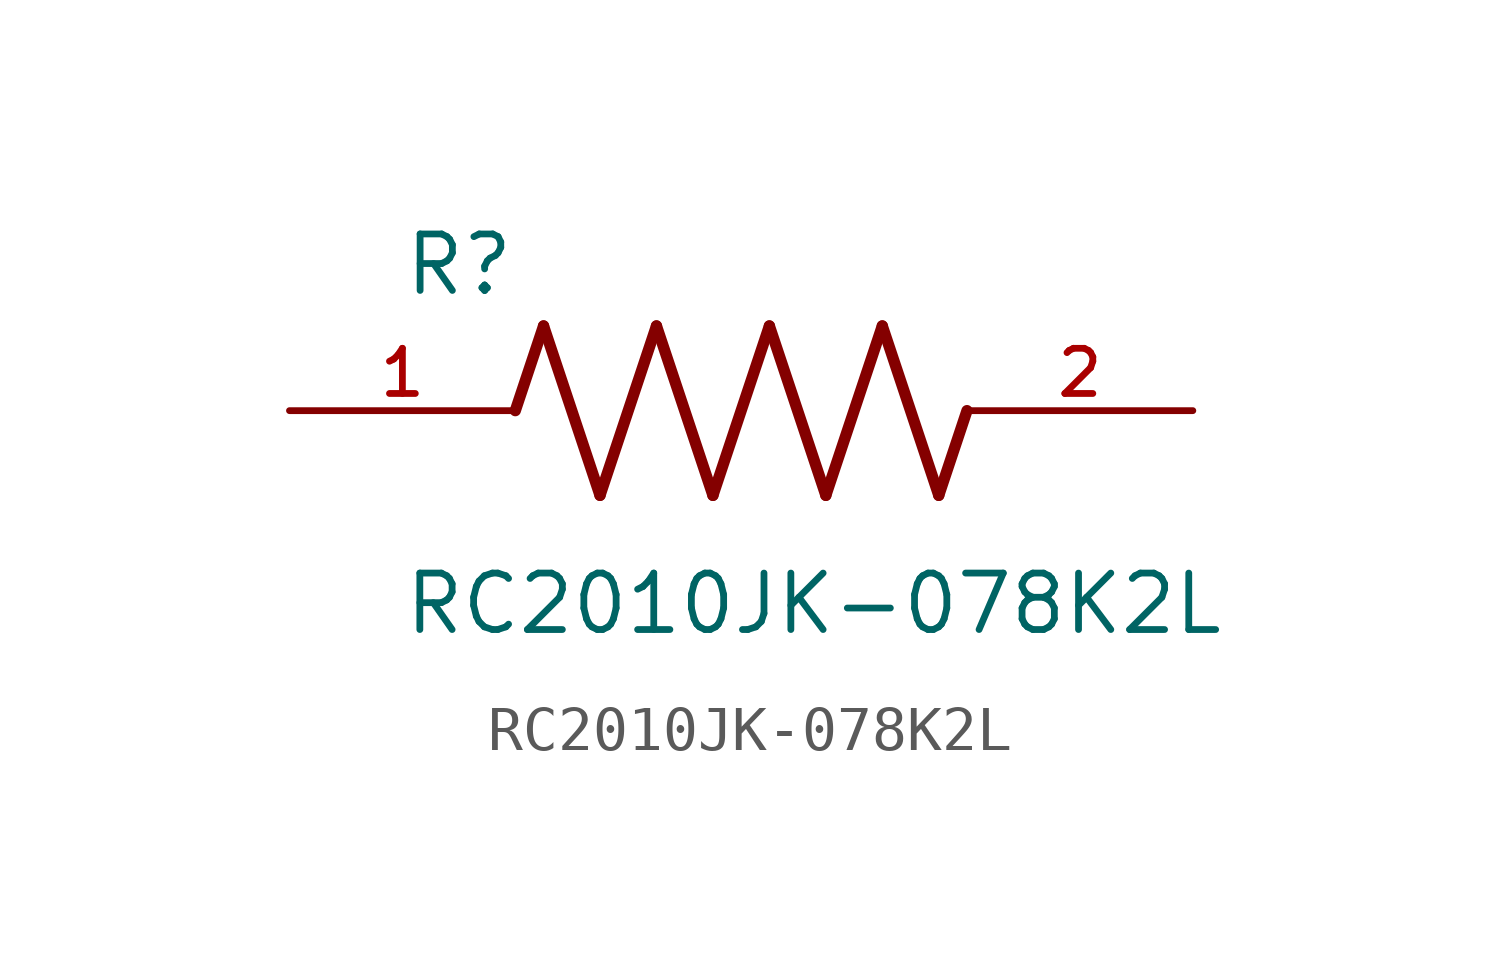
<source format=kicad_sym>
(kicad_symbol_lib
  (version 20211014)
  (generator kicad_symbol_editor)
  (symbol "RC2010JK-078K2L"
    (pin_names
      (offset 1.016))
    (property "Reference" "R"
      (at -7.624 2.541 0)
      (effects (font (size 1.27 1.27)) (justify bottom left)))
    (property "Value" "RC2010JK-078K2L"
      (at -7.63 -5.087 0)
      (effects (font (size 1.27 1.27)) (justify bottom left)))
    (symbol "RC2010JK-078K2L_0_0"
      (polyline (pts (xy -5.08 0.0) (xy -4.445 1.905)) (stroke (width 0.254)))
      (polyline (pts (xy -4.445 1.905) (xy -3.175 -1.905)) (stroke (width 0.254)))
      (polyline (pts (xy -3.175 -1.905) (xy -1.905 1.905)) (stroke (width 0.254)))
      (polyline (pts (xy -1.905 1.905) (xy -0.635 -1.905)) (stroke (width 0.254)))
      (polyline (pts (xy -0.635 -1.905) (xy 0.635 1.905)) (stroke (width 0.254)))
      (polyline (pts (xy 0.635 1.905) (xy 1.905 -1.905)) (stroke (width 0.254)))
      (polyline (pts (xy 1.905 -1.905) (xy 3.175 1.905)) (stroke (width 0.254)))
      (polyline (pts (xy 3.175 1.905) (xy 4.445 -1.905)) (stroke (width 0.254)))
      (polyline (pts (xy 4.445 -1.905) (xy 5.08 0.0)) (stroke (width 0.254)))
      (pin passive line (at -10.16 0.0 0) (length 5.08) (name "~" (effects (font (size 1.016 1.016)))) (number "1" (effects (font (size 1.016 1.016)))))
      (pin passive line (at 10.16 0.0 180.0) (length 5.08) (name "~" (effects (font (size 1.016 1.016)))) (number "2" (effects (font (size 1.016 1.016))))))))
</source>
